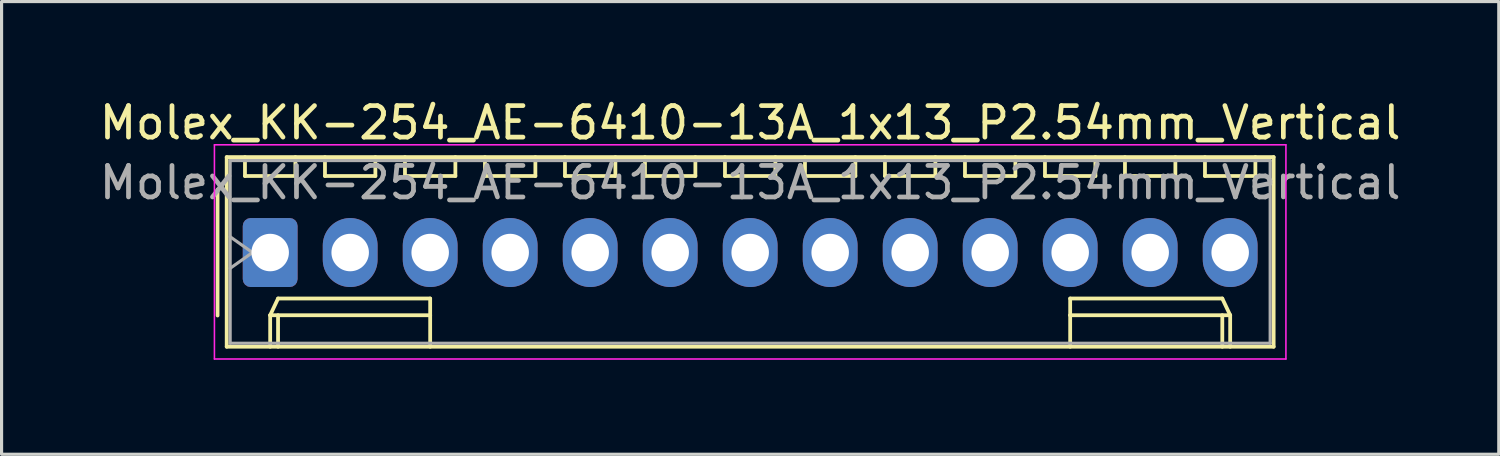
<source format=kicad_pcb>
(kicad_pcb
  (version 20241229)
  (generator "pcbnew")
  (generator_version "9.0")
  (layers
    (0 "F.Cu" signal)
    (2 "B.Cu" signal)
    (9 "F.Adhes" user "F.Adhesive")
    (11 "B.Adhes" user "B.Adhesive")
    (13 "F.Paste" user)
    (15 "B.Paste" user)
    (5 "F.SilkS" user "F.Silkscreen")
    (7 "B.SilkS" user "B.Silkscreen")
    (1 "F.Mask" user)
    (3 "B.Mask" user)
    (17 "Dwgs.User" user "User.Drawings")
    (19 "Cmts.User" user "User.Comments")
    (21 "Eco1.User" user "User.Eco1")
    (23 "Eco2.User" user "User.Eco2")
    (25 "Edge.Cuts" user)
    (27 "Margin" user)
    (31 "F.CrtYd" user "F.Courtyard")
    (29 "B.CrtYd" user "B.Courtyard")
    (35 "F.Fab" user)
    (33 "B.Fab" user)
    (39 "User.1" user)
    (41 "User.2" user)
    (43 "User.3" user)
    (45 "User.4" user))
  (footprint "Molex_KK-254_AE-6410-13A_1x13_P2.54mm_Vertical"
    (layer "F.Cu")
    (at 5.528 4.968)
    (property "Reference" "Molex_KK-254_AE-6410-13A_1x13_P2.54mm_Vertical" (at 15.24 -4.12 0) (layer "F.SilkS") (effects (font (size 1 1) (thickness 0.15))))
    (attr through_hole)
    (fp_line (start -1.67 -2) (end -1.67 2) (stroke (width 0.12) (type solid)) (layer "F.SilkS"))
    (fp_line (start -1.38 -3.03) (end -1.38 2.99) (stroke (width 0.12) (type solid)) (layer "F.SilkS"))
    (fp_line (start -1.38 2.99) (end 31.86 2.99) (stroke (width 0.12) (type solid)) (layer "F.SilkS"))
    (fp_line (start -0.8 -3.03) (end -0.8 -2.43) (stroke (width 0.12) (type solid)) (layer "F.SilkS"))
    (fp_line (start -0.8 -2.43) (end 0.8 -2.43) (stroke (width 0.12) (type solid)) (layer "F.SilkS"))
    (fp_line (start 0 1.99) (end 0.25 1.46) (stroke (width 0.12) (type solid)) (layer "F.SilkS"))
    (fp_line (start 0 1.99) (end 5.08 1.99) (stroke (width 0.12) (type solid)) (layer "F.SilkS"))
    (fp_line (start 0 2.99) (end 0 1.99) (stroke (width 0.12) (type solid)) (layer "F.SilkS"))
    (fp_line (start 0.25 1.46) (end 5.08 1.46) (stroke (width 0.12) (type solid)) (layer "F.SilkS"))
    (fp_line (start 0.25 2.99) (end 0.25 1.99) (stroke (width 0.12) (type solid)) (layer "F.SilkS"))
    (fp_line (start 0.8 -2.43) (end 0.8 -3.03) (stroke (width 0.12) (type solid)) (layer "F.SilkS"))
    (fp_line (start 1.74 -3.03) (end 1.74 -2.43) (stroke (width 0.12) (type solid)) (layer "F.SilkS"))
    (fp_line (start 1.74 -2.43) (end 3.34 -2.43) (stroke (width 0.12) (type solid)) (layer "F.SilkS"))
    (fp_line (start 3.34 -2.43) (end 3.34 -3.03) (stroke (width 0.12) (type solid)) (layer "F.SilkS"))
    (fp_line (start 4.28 -3.03) (end 4.28 -2.43) (stroke (width 0.12) (type solid)) (layer "F.SilkS"))
    (fp_line (start 4.28 -2.43) (end 5.88 -2.43) (stroke (width 0.12) (type solid)) (layer "F.SilkS"))
    (fp_line (start 5.08 1.46) (end 5.08 1.99) (stroke (width 0.12) (type solid)) (layer "F.SilkS"))
    (fp_line (start 5.08 1.99) (end 5.08 2.99) (stroke (width 0.12) (type solid)) (layer "F.SilkS"))
    (fp_line (start 5.88 -2.43) (end 5.88 -3.03) (stroke (width 0.12) (type solid)) (layer "F.SilkS"))
    (fp_line (start 6.82 -3.03) (end 6.82 -2.43) (stroke (width 0.12) (type solid)) (layer "F.SilkS"))
    (fp_line (start 6.82 -2.43) (end 8.42 -2.43) (stroke (width 0.12) (type solid)) (layer "F.SilkS"))
    (fp_line (start 8.42 -2.43) (end 8.42 -3.03) (stroke (width 0.12) (type solid)) (layer "F.SilkS"))
    (fp_line (start 9.36 -3.03) (end 9.36 -2.43) (stroke (width 0.12) (type solid)) (layer "F.SilkS"))
    (fp_line (start 9.36 -2.43) (end 10.96 -2.43) (stroke (width 0.12) (type solid)) (layer "F.SilkS"))
    (fp_line (start 10.96 -2.43) (end 10.96 -3.03) (stroke (width 0.12) (type solid)) (layer "F.SilkS"))
    (fp_line (start 11.9 -3.03) (end 11.9 -2.43) (stroke (width 0.12) (type solid)) (layer "F.SilkS"))
    (fp_line (start 11.9 -2.43) (end 13.5 -2.43) (stroke (width 0.12) (type solid)) (layer "F.SilkS"))
    (fp_line (start 13.5 -2.43) (end 13.5 -3.03) (stroke (width 0.12) (type solid)) (layer "F.SilkS"))
    (fp_line (start 14.44 -3.03) (end 14.44 -2.43) (stroke (width 0.12) (type solid)) (layer "F.SilkS"))
    (fp_line (start 14.44 -2.43) (end 16.04 -2.43) (stroke (width 0.12) (type solid)) (layer "F.SilkS"))
    (fp_line (start 16.04 -2.43) (end 16.04 -3.03) (stroke (width 0.12) (type solid)) (layer "F.SilkS"))
    (fp_line (start 16.98 -3.03) (end 16.98 -2.43) (stroke (width 0.12) (type solid)) (layer "F.SilkS"))
    (fp_line (start 16.98 -2.43) (end 18.58 -2.43) (stroke (width 0.12) (type solid)) (layer "F.SilkS"))
    (fp_line (start 18.58 -2.43) (end 18.58 -3.03) (stroke (width 0.12) (type solid)) (layer "F.SilkS"))
    (fp_line (start 19.52 -3.03) (end 19.52 -2.43) (stroke (width 0.12) (type solid)) (layer "F.SilkS"))
    (fp_line (start 19.52 -2.43) (end 21.12 -2.43) (stroke (width 0.12) (type solid)) (layer "F.SilkS"))
    (fp_line (start 21.12 -2.43) (end 21.12 -3.03) (stroke (width 0.12) (type solid)) (layer "F.SilkS"))
    (fp_line (start 22.06 -3.03) (end 22.06 -2.43) (stroke (width 0.12) (type solid)) (layer "F.SilkS"))
    (fp_line (start 22.06 -2.43) (end 23.66 -2.43) (stroke (width 0.12) (type solid)) (layer "F.SilkS"))
    (fp_line (start 23.66 -2.43) (end 23.66 -3.03) (stroke (width 0.12) (type solid)) (layer "F.SilkS"))
    (fp_line (start 24.6 -3.03) (end 24.6 -2.43) (stroke (width 0.12) (type solid)) (layer "F.SilkS"))
    (fp_line (start 24.6 -2.43) (end 26.2 -2.43) (stroke (width 0.12) (type solid)) (layer "F.SilkS"))
    (fp_line (start 25.4 1.46) (end 25.4 1.99) (stroke (width 0.12) (type solid)) (layer "F.SilkS"))
    (fp_line (start 25.4 1.99) (end 25.4 2.99) (stroke (width 0.12) (type solid)) (layer "F.SilkS"))
    (fp_line (start 26.2 -2.43) (end 26.2 -3.03) (stroke (width 0.12) (type solid)) (layer "F.SilkS"))
    (fp_line (start 27.14 -3.03) (end 27.14 -2.43) (stroke (width 0.12) (type solid)) (layer "F.SilkS"))
    (fp_line (start 27.14 -2.43) (end 28.74 -2.43) (stroke (width 0.12) (type solid)) (layer "F.SilkS"))
    (fp_line (start 28.74 -2.43) (end 28.74 -3.03) (stroke (width 0.12) (type solid)) (layer "F.SilkS"))
    (fp_line (start 29.68 -3.03) (end 29.68 -2.43) (stroke (width 0.12) (type solid)) (layer "F.SilkS"))
    (fp_line (start 29.68 -2.43) (end 31.28 -2.43) (stroke (width 0.12) (type solid)) (layer "F.SilkS"))
    (fp_line (start 30.23 1.46) (end 25.4 1.46) (stroke (width 0.12) (type solid)) (layer "F.SilkS"))
    (fp_line (start 30.23 2.99) (end 30.23 1.99) (stroke (width 0.12) (type solid)) (layer "F.SilkS"))
    (fp_line (start 30.48 1.99) (end 25.4 1.99) (stroke (width 0.12) (type solid)) (layer "F.SilkS"))
    (fp_line (start 30.48 1.99) (end 30.23 1.46) (stroke (width 0.12) (type solid)) (layer "F.SilkS"))
    (fp_line (start 30.48 2.99) (end 30.48 1.99) (stroke (width 0.12) (type solid)) (layer "F.SilkS"))
    (fp_line (start 31.28 -2.43) (end 31.28 -3.03) (stroke (width 0.12) (type solid)) (layer "F.SilkS"))
    (fp_line (start 31.86 -3.03) (end -1.38 -3.03) (stroke (width 0.12) (type solid)) (layer "F.SilkS"))
    (fp_line (start 31.86 2.99) (end 31.86 -3.03) (stroke (width 0.12) (type solid)) (layer "F.SilkS"))
    (fp_line (start -1.77 -3.42) (end -1.77 3.38) (stroke (width 0.05) (type solid)) (layer "F.CrtYd"))
    (fp_line (start -1.77 3.38) (end 32.25 3.38) (stroke (width 0.05) (type solid)) (layer "F.CrtYd"))
    (fp_line (start 32.25 -3.42) (end -1.77 -3.42) (stroke (width 0.05) (type solid)) (layer "F.CrtYd"))
    (fp_line (start 32.25 3.38) (end 32.25 -3.42) (stroke (width 0.05) (type solid)) (layer "F.CrtYd"))
    (fp_line (start -1.27 -2.92) (end -1.27 2.88) (stroke (width 0.1) (type solid)) (layer "F.Fab"))
    (fp_line (start -1.27 -0.5) (end -0.563 0) (stroke (width 0.1) (type solid)) (layer "F.Fab"))
    (fp_line (start -1.27 2.88) (end 31.75 2.88) (stroke (width 0.1) (type solid)) (layer "F.Fab"))
    (fp_line (start -0.563 0) (end -1.27 0.5) (stroke (width 0.1) (type solid)) (layer "F.Fab"))
    (fp_line (start 31.75 -2.92) (end -1.27 -2.92) (stroke (width 0.1) (type solid)) (layer "F.Fab"))
    (fp_line (start 31.75 2.88) (end 31.75 -2.92) (stroke (width 0.1) (type solid)) (layer "F.Fab"))
    (fp_text user "${REFERENCE}" (at 15.24 -2.22 0) (layer "F.Fab") (effects (font (size 1 1) (thickness 0.15))))
    (pad "1" thru_hole roundrect (at 0 0) (size 1.74 2.19) (drill 1.19) (layers "*.Cu" "*.Mask") (roundrect_rratio 0.144))
    (pad "2" thru_hole oval (at 2.54 0) (size 1.74 2.19) (drill 1.19) (layers "*.Cu" "*.Mask"))
    (pad "3" thru_hole oval (at 5.08 0) (size 1.74 2.19) (drill 1.19) (layers "*.Cu" "*.Mask"))
    (pad "4" thru_hole oval (at 7.62 0) (size 1.74 2.19) (drill 1.19) (layers "*.Cu" "*.Mask"))
    (pad "5" thru_hole oval (at 10.16 0) (size 1.74 2.19) (drill 1.19) (layers "*.Cu" "*.Mask"))
    (pad "6" thru_hole oval (at 12.7 0) (size 1.74 2.19) (drill 1.19) (layers "*.Cu" "*.Mask"))
    (pad "7" thru_hole oval (at 15.24 0) (size 1.74 2.19) (drill 1.19) (layers "*.Cu" "*.Mask"))
    (pad "8" thru_hole oval (at 17.78 0) (size 1.74 2.19) (drill 1.19) (layers "*.Cu" "*.Mask"))
    (pad "9" thru_hole oval (at 20.32 0) (size 1.74 2.19) (drill 1.19) (layers "*.Cu" "*.Mask"))
    (pad "10" thru_hole oval (at 22.86 0) (size 1.74 2.19) (drill 1.19) (layers "*.Cu" "*.Mask"))
    (pad "11" thru_hole oval (at 25.4 0) (size 1.74 2.19) (drill 1.19) (layers "*.Cu" "*.Mask"))
    (pad "12" thru_hole oval (at 27.94 0) (size 1.74 2.19) (drill 1.19) (layers "*.Cu" "*.Mask"))
    (pad "13" thru_hole oval (at 30.48 0) (size 1.74 2.19) (drill 1.19) (layers "*.Cu" "*.Mask")))
  (gr_rect
    (start -3 -3)
    (end 44.536 11.373)
    (stroke (width 0.1) (type default))
    (fill no)
    (layer "Edge.Cuts")))
</source>
